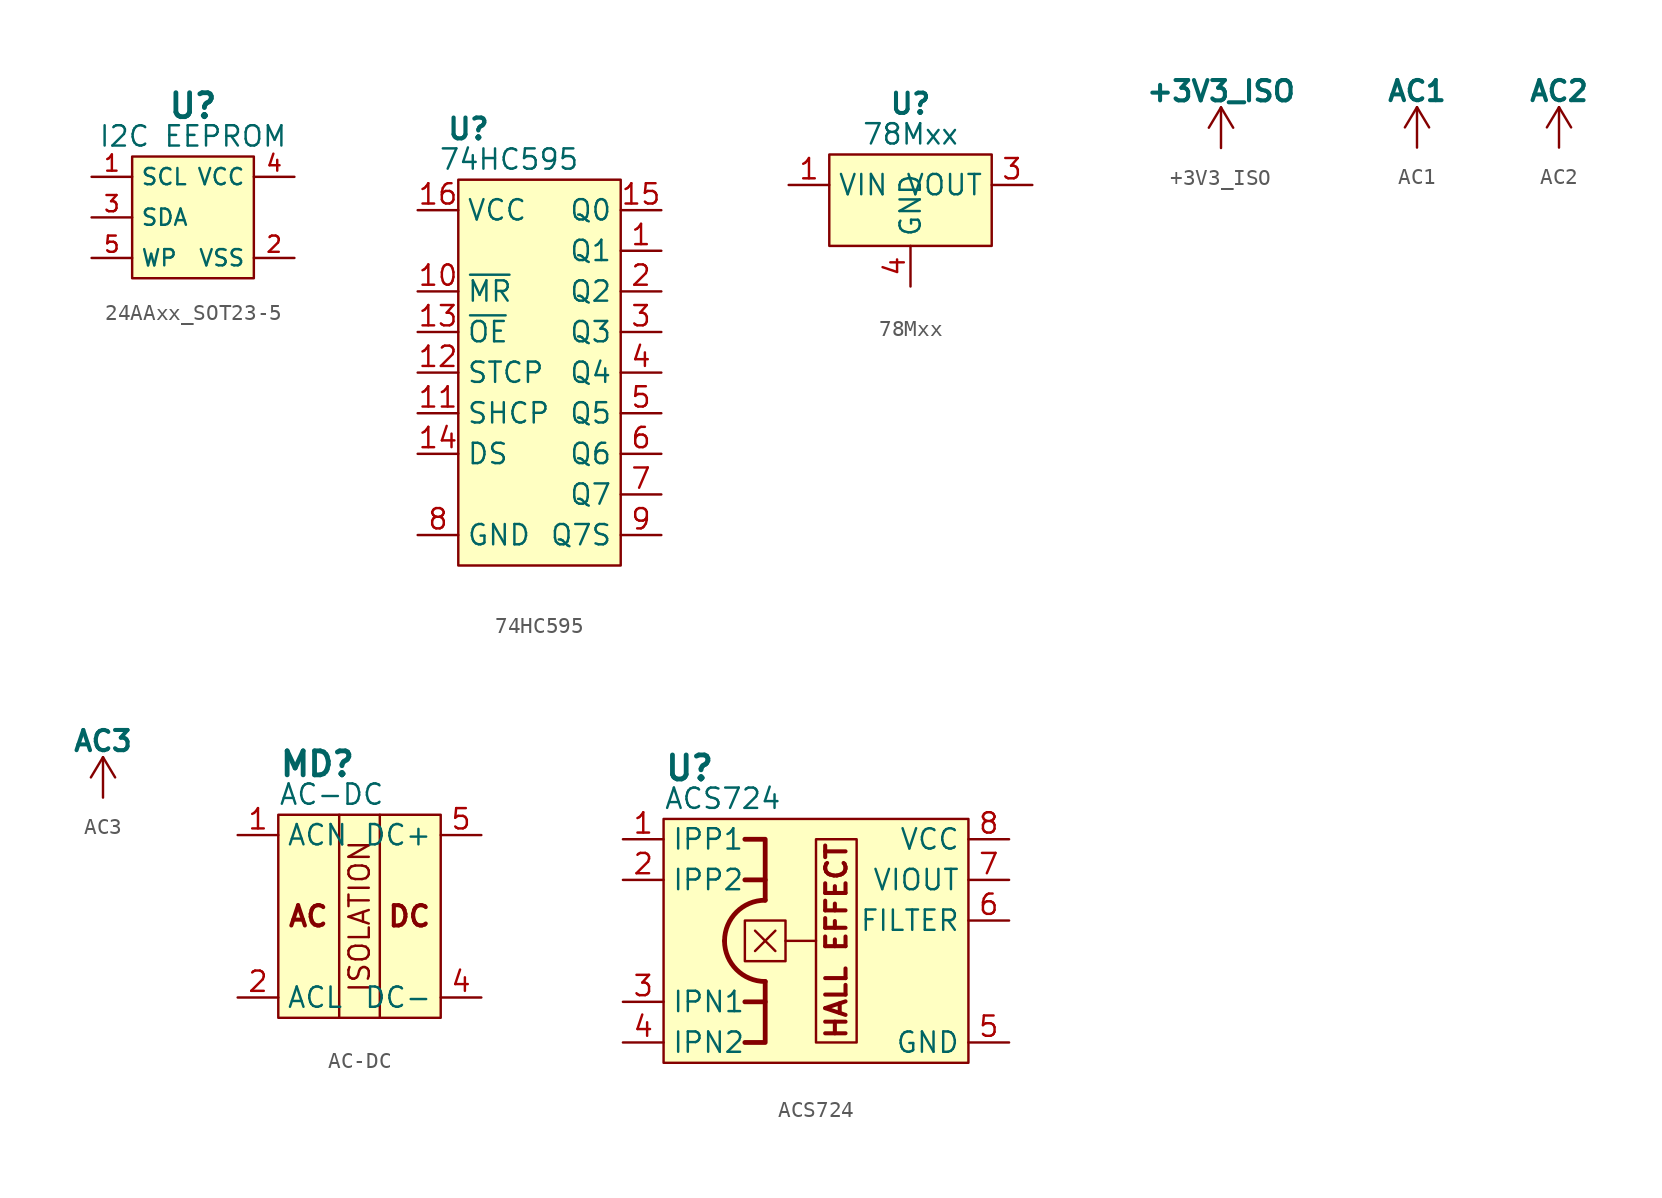
<source format=kicad_sym>
(kicad_symbol_lib
  (version 20231120)
  (generator "kicad_symbol_editor")
  (generator_version "8.0")
  (symbol "24AAxx_SOT23-5"
    (property "Reference" "U"
      (at 0 0.635 0)
      (effects (font (size 1.5 1.5) (bold yes))))
    (property "Value" "I2C EEPROM"
      (at 0 -1.27 0)
      (effects (font (size 1.27 1.27))))
    (symbol "24AAxx_SOT23-5_1_0"
      (pin input line (at -6.35 -3.81 0) (length 2.54) (name "SCL" (effects (font (size 1.016 1.016)))) (number "1" (effects (font (size 1.016 1.016)))))
      (pin passive line (at 6.35 -8.89 180) (length 2.54) (name "VSS" (effects (font (size 1.016 1.016)))) (number "2" (effects (font (size 1.016 1.016)))))
      (pin bidirectional line (at -6.35 -6.35 0) (length 2.54) (name "SDA" (effects (font (size 1.016 1.016)))) (number "3" (effects (font (size 1.016 1.016)))))
      (pin power_in line (at 6.35 -3.81 180) (length 2.54) (name "VCC" (effects (font (size 1.016 1.016)))) (number "4" (effects (font (size 1.016 1.016)))))
      (pin input line (at -6.35 -8.89 0) (length 2.54) (name "WP" (effects (font (size 1.016 1.016)))) (number "5" (effects (font (size 1.016 1.016))))))
    (symbol "24AAxx_SOT23-5_1_1"
      (rectangle (start -3.81 -2.54) (end 3.81 -10.16) (stroke (width 0) (type default)) (fill (type background)))))
  (symbol "74HC595"
    (property "Reference" "U"
      (at 0.635 -1.27 0)
      (effects (font (size 1.3 1.3) (bold yes))))
    (property "Value" "74HC595"
      (at 3.175 -3.175 0)
      (effects (font (size 1.27 1.27))))
    (symbol "74HC595_1_1"
      (rectangle (start 0 -4.445) (end 10.16 -28.575) (stroke (width 0) (type default)) (fill (type background)))
      (pin output line (at 12.7 -8.89 180) (length 2.54) (name "Q1" (effects (font (size 1.27 1.27)))) (number "1" (effects (font (size 1.27 1.27)))))
      (pin input line (at -2.54 -11.43 0) (length 2.54) (name "~{MR}" (effects (font (size 1.27 1.27)))) (number "10" (effects (font (size 1.27 1.27)))))
      (pin input line (at -2.54 -19.05 0) (length 2.54) (name "SHCP" (effects (font (size 1.27 1.27)))) (number "11" (effects (font (size 1.27 1.27)))))
      (pin input line (at -2.54 -16.51 0) (length 2.54) (name "STCP" (effects (font (size 1.27 1.27)))) (number "12" (effects (font (size 1.27 1.27)))))
      (pin input line (at -2.54 -13.97 0) (length 2.54) (name "~{OE}" (effects (font (size 1.27 1.27)))) (number "13" (effects (font (size 1.27 1.27)))))
      (pin input line (at -2.54 -21.59 0) (length 2.54) (name "DS" (effects (font (size 1.27 1.27)))) (number "14" (effects (font (size 1.27 1.27)))))
      (pin output line (at 12.7 -6.35 180) (length 2.54) (name "Q0" (effects (font (size 1.27 1.27)))) (number "15" (effects (font (size 1.27 1.27)))))
      (pin power_in line (at -2.54 -6.35 0) (length 2.54) (name "VCC" (effects (font (size 1.27 1.27)))) (number "16" (effects (font (size 1.27 1.27)))))
      (pin output line (at 12.7 -11.43 180) (length 2.54) (name "Q2" (effects (font (size 1.27 1.27)))) (number "2" (effects (font (size 1.27 1.27)))))
      (pin output line (at 12.7 -13.97 180) (length 2.54) (name "Q3" (effects (font (size 1.27 1.27)))) (number "3" (effects (font (size 1.27 1.27)))))
      (pin output line (at 12.7 -16.51 180) (length 2.54) (name "Q4" (effects (font (size 1.27 1.27)))) (number "4" (effects (font (size 1.27 1.27)))))
      (pin output line (at 12.7 -19.05 180) (length 2.54) (name "Q5" (effects (font (size 1.27 1.27)))) (number "5" (effects (font (size 1.27 1.27)))))
      (pin output line (at 12.7 -21.59 180) (length 2.54) (name "Q6" (effects (font (size 1.27 1.27)))) (number "6" (effects (font (size 1.27 1.27)))))
      (pin output line (at 12.7 -24.13 180) (length 2.54) (name "Q7" (effects (font (size 1.27 1.27)))) (number "7" (effects (font (size 1.27 1.27)))))
      (pin passive line (at -2.54 -26.67 0) (length 2.54) (name "GND" (effects (font (size 1.27 1.27)))) (number "8" (effects (font (size 1.27 1.27)))))
      (pin output line (at 12.7 -26.67 180) (length 2.54) (name "Q7S" (effects (font (size 1.27 1.27)))) (number "9" (effects (font (size 1.27 1.27)))))))
  (symbol "78Mxx"
    (property "Reference" "U"
      (at 0 0 0)
      (effects (font (size 1.27 1.27) (bold yes))))
    (property "Value" "78Mxx"
      (at 0 -1.905 0)
      (effects (font (size 1.27 1.27))))
    (symbol "78Mxx_1_0"
      (pin power_in line (at -7.62 -5.08 0) (length 2.54) (name "VIN" (effects (font (size 1.27 1.27)))) (number "1" (effects (font (size 1.27 1.27)))))
      (pin power_out line (at 7.62 -5.08 180) (length 2.54) (name "VOUT" (effects (font (size 1.27 1.27)))) (number "3" (effects (font (size 1.27 1.27)))))
      (pin passive line (at 0 -11.43 90) (length 2.54) (name "GND" (effects (font (size 1.27 1.27)))) (number "4" (effects (font (size 1.27 1.27))))))
    (symbol "78Mxx_1_1"
      (rectangle (start -5.08 -3.175) (end 5.08 -8.89) (stroke (width 0) (type default)) (fill (type background)))))
  (symbol "+3V3_ISO"
    (power)
    (pin_names
      (offset 0))
    (property "Reference" "#PWR"
      (at 0 -3.81 0)
      (effects (font (size 1.27 1.27)) (hide yes)))
    (property "Value" "+3V3_ISO"
      (at 0 3.556 0)
      (effects (font (size 1.27 1.27) (bold yes))))
    (symbol "+3V3_ISO_0_1"
      (polyline (pts (xy -0.762 1.27) (xy 0 2.54)) (stroke (width 0) (type solid)) (fill (type none)))
      (polyline (pts (xy 0 0) (xy 0 2.54)) (stroke (width 0) (type solid)) (fill (type none)))
      (polyline (pts (xy 0 2.54) (xy 0.762 1.27)) (stroke (width 0) (type solid)) (fill (type none))))
    (symbol "+3V3_ISO_1_1"
      (pin power_in line (at 0 0 90) (length 0) hide (name "+3V3_ISO" (effects (font (size 1.27 1.27)))) (number "1" (effects (font (size 1.27 1.27)))))))
  (symbol "AC1"
    (power)
    (pin_names
      (offset 0))
    (property "Reference" "#PWR"
      (at 0 -3.81 0)
      (effects (font (size 1.27 1.27)) (hide yes)))
    (property "Value" "AC1"
      (at 0 3.556 0)
      (effects (font (size 1.27 1.27) (bold yes))))
    (symbol "AC1_0_1"
      (polyline (pts (xy -0.762 1.27) (xy 0 2.54)) (stroke (width 0) (type solid)) (fill (type none)))
      (polyline (pts (xy 0 0) (xy 0 2.54)) (stroke (width 0) (type solid)) (fill (type none)))
      (polyline (pts (xy 0 2.54) (xy 0.762 1.27)) (stroke (width 0) (type solid)) (fill (type none))))
    (symbol "AC1_1_1"
      (pin power_in line (at 0 0 90) (length 0) hide (name "AC1" (effects (font (size 1.27 1.27)))) (number "1" (effects (font (size 1.27 1.27)))))))
  (symbol "AC2"
    (power)
    (pin_names
      (offset 0))
    (property "Reference" "#PWR"
      (at 0 -3.81 0)
      (effects (font (size 1.27 1.27)) (hide yes)))
    (property "Value" "AC2"
      (at 0 3.556 0)
      (effects (font (size 1.27 1.27) (bold yes))))
    (symbol "AC2_0_1"
      (polyline (pts (xy -0.762 1.27) (xy 0 2.54)) (stroke (width 0) (type solid)) (fill (type none)))
      (polyline (pts (xy 0 0) (xy 0 2.54)) (stroke (width 0) (type solid)) (fill (type none)))
      (polyline (pts (xy 0 2.54) (xy 0.762 1.27)) (stroke (width 0) (type solid)) (fill (type none))))
    (symbol "AC2_1_1"
      (pin power_in line (at 0 0 90) (length 0) hide (name "AC2" (effects (font (size 1.27 1.27)))) (number "1" (effects (font (size 1.27 1.27)))))))
  (symbol "AC3"
    (power)
    (pin_names
      (offset 0))
    (property "Reference" "#PWR"
      (at 0 -3.81 0)
      (effects (font (size 1.27 1.27)) (hide yes)))
    (property "Value" "AC3"
      (at 0 3.556 0)
      (effects (font (size 1.27 1.27) (bold yes))))
    (symbol "AC3_0_1"
      (polyline (pts (xy -0.762 1.27) (xy 0 2.54)) (stroke (width 0) (type solid)) (fill (type none)))
      (polyline (pts (xy 0 0) (xy 0 2.54)) (stroke (width 0) (type solid)) (fill (type none)))
      (polyline (pts (xy 0 2.54) (xy 0.762 1.27)) (stroke (width 0) (type solid)) (fill (type none))))
    (symbol "AC3_1_1"
      (pin power_in line (at 0 0 90) (length 0) hide (name "AC3" (effects (font (size 1.27 1.27)))) (number "1" (effects (font (size 1.27 1.27)))))))
  (symbol "AC-DC"
    (property "Reference" "MD"
      (at 0 0 0)
      (effects (font (size 1.5 1.5) (bold yes)) (justify left)))
    (property "Value" "AC-DC"
      (at 0 -1.905 0)
      (effects (font (size 1.27 1.27)) (justify left)))
    (symbol "AC-DC_0_1"
      (polyline (pts (xy 3.81 -3.175) (xy 3.81 -15.875)) (stroke (width 0) (type default)) (fill (type none)))
      (polyline (pts (xy 6.35 -3.175) (xy 6.35 -15.875)) (stroke (width 0) (type default)) (fill (type none))))
    (symbol "AC-DC_1_1"
      (rectangle (start 0 -3.175) (end 10.16 -15.875) (stroke (width 0) (type default)) (fill (type background)))
      (text "AC    DC" (at 5.08 -9.525 0) (effects (font (size 1.27 1.27) (bold yes))))
      (text "ISOLATION" (at 5.08 -9.525 900) (effects (font (size 1.27 1.27))))
      (pin power_in line (at -2.54 -4.445 0) (length 2.54) (name "ACN" (effects (font (size 1.27 1.27)))) (number "1" (effects (font (size 1.27 1.27)))))
      (pin power_in line (at -2.54 -14.605 0) (length 2.54) (name "ACL" (effects (font (size 1.27 1.27)))) (number "2" (effects (font (size 1.27 1.27)))))
      (pin power_out line (at 12.7 -14.605 180) (length 2.54) (name "DC-" (effects (font (size 1.27 1.27)))) (number "4" (effects (font (size 1.27 1.27)))))
      (pin power_out line (at 12.7 -4.445 180) (length 2.54) (name "DC+" (effects (font (size 1.27 1.27)))) (number "5" (effects (font (size 1.27 1.27)))))))
  (symbol "ACS724"
    (property "Reference" "U"
      (at 0 -0.635 0)
      (effects (font (size 1.5 1.5) (bold yes)) (justify left)))
    (property "Value" "ACS724"
      (at 0 -2.54 0)
      (effects (font (size 1.27 1.27)) (justify left)))
    (symbol "ACS724_1_1"
      (rectangle (start 0 -3.81) (end 19.05 -19.05) (stroke (width 0) (type default)) (fill (type background)))
      (polyline (pts (xy 5.08 -15.24) (xy 6.35 -15.24)) (stroke (width 0.3) (type default)) (fill (type none)))
      (polyline (pts (xy 5.08 -7.62) (xy 6.35 -7.62)) (stroke (width 0.3) (type default)) (fill (type none)))
      (polyline (pts (xy 5.715 -12.065) (xy 6.985 -10.795)) (stroke (width 0) (type default)) (fill (type none)))
      (polyline (pts (xy 5.715 -10.795) (xy 6.985 -12.065)) (stroke (width 0) (type default)) (fill (type none)))
      (polyline (pts (xy 7.62 -11.43) (xy 9.525 -11.43)) (stroke (width 0) (type default)) (fill (type none)))
      (polyline (pts (xy 5.08 -17.78) (xy 6.35 -17.78) (xy 6.35 -13.97)) (stroke (width 0.3) (type default)) (fill (type none)))
      (polyline (pts (xy 5.08 -5.08) (xy 6.35 -5.08) (xy 6.35 -8.89)) (stroke (width 0.3) (type default)) (fill (type none)))
      (arc (start 3.81 -11.43) (mid 4.5556 -13.2244) (end 6.35 -13.97) (stroke (width 0.3) (type default)) (fill (type none)))
      (rectangle (start 5.08 -10.16) (end 7.62 -12.7) (stroke (width 0) (type default)) (fill (type none)))
      (arc (start 6.35 -8.89) (mid 4.5551 -9.6351) (end 3.81 -11.43) (stroke (width 0.3) (type default)) (fill (type none)))
      (rectangle (start 9.525 -5.08) (end 12.065 -17.78) (stroke (width 0) (type default)) (fill (type none)))
      (text "HALL EFFECT" (at 10.795 -11.43 900) (effects (font (size 1.27 1.27) (bold yes))))
      (pin bidirectional line (at -2.54 -5.08 0) (length 2.54) (name "IPP1" (effects (font (size 1.27 1.27)))) (number "1" (effects (font (size 1.27 1.27)))))
      (pin bidirectional line (at -2.54 -7.62 0) (length 2.54) (name "IPP2" (effects (font (size 1.27 1.27)))) (number "2" (effects (font (size 1.27 1.27)))))
      (pin bidirectional line (at -2.54 -15.24 0) (length 2.54) (name "IPN1" (effects (font (size 1.27 1.27)))) (number "3" (effects (font (size 1.27 1.27)))))
      (pin bidirectional line (at -2.54 -17.78 0) (length 2.54) (name "IPN2" (effects (font (size 1.27 1.27)))) (number "4" (effects (font (size 1.27 1.27)))))
      (pin power_in line (at 21.59 -17.78 180) (length 2.54) (name "GND" (effects (font (size 1.27 1.27)))) (number "5" (effects (font (size 1.27 1.27)))))
      (pin passive line (at 21.59 -10.16 180) (length 2.54) (name "FILTER" (effects (font (size 1.27 1.27)))) (number "6" (effects (font (size 1.27 1.27)))))
      (pin output line (at 21.59 -7.62 180) (length 2.54) (name "VIOUT" (effects (font (size 1.27 1.27)))) (number "7" (effects (font (size 1.27 1.27)))))
      (pin power_in line (at 21.59 -5.08 180) (length 2.54) (name "VCC" (effects (font (size 1.27 1.27)))) (number "8" (effects (font (size 1.27 1.27))))))))
</source>
